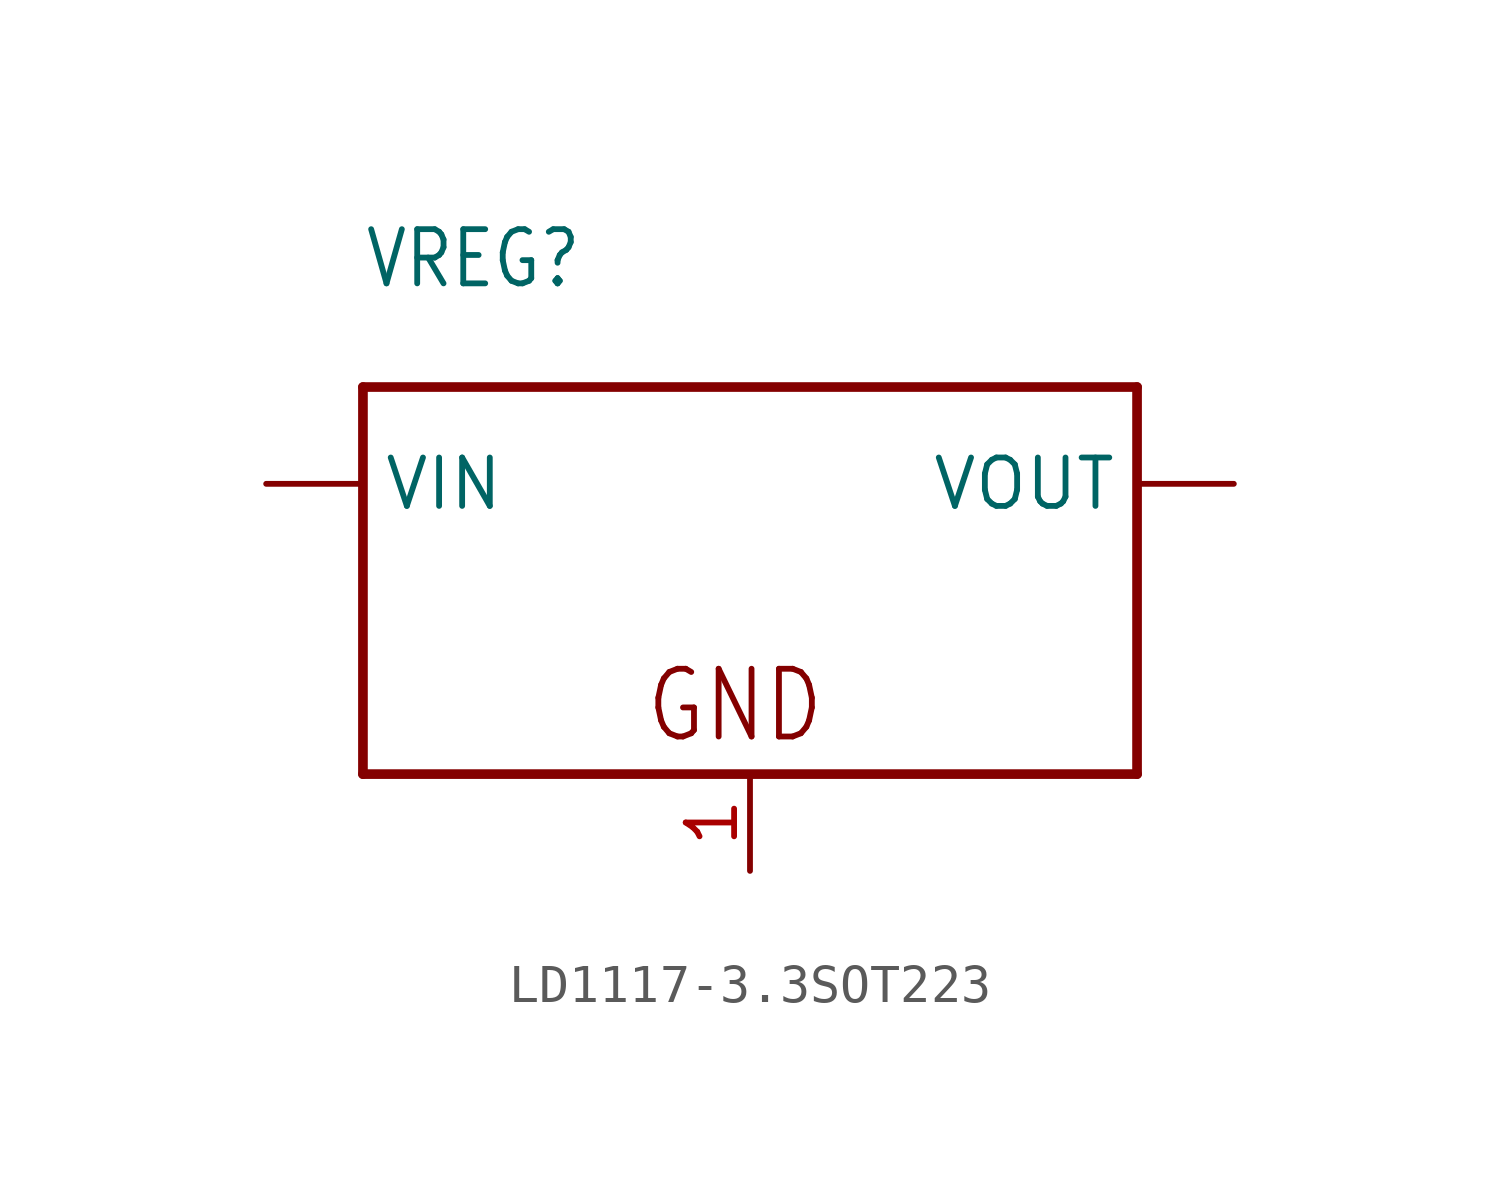
<source format=kicad_sym>
(kicad_symbol_lib
  (version 20220914)
  (generator kicad_symbol_editor)
  (symbol "LD1117-3.3SOT223"
    (property "Reference" "VREG"
      (at -10.16 12.7 0)
      (effects (font (size 1.422 1.209)) (justify left bottom)))
    (property "Value" ""
      (at -10.16 10.16 0)
      (effects (font (size 1.422 1.209)) (justify left bottom)))
    (property "ki_locked" ""
      (at 0 0 0)
      (effects (font (size 1.27 1.27))))
    (symbol "LD1117-3.3SOT223_1_0"
      (polyline (pts (xy -10.16 0) (xy -10.16 10.16)) (stroke (width 0.254) (type solid)) (fill (type none)))
      (polyline (pts (xy -10.16 10.16) (xy 10.16 10.16)) (stroke (width 0.254) (type solid)) (fill (type none)))
      (polyline (pts (xy 10.16 0) (xy -10.16 0)) (stroke (width 0.254) (type solid)) (fill (type none)))
      (polyline (pts (xy 10.16 10.16) (xy 10.16 0)) (stroke (width 0.254) (type solid)) (fill (type none)))
      (text "GND" (at -2.794 0.762 0) (effects (font (size 1.778 1.511)) (justify left bottom)))
      (pin bidirectional line (at 0 -2.54 90) (length 2.54) (name "GND" (effects (font (size 0 0)))) (number "1" (effects (font (size 1.27 1.27)))))
      (pin bidirectional line (at 12.7 7.62 180) (length 2.54) (name "VOUT" (effects (font (size 1.27 1.27)))) (number "2" (effects (font (size 0 0)))))
      (pin bidirectional line (at -12.7 7.62 0) (length 2.54) (name "VIN" (effects (font (size 1.27 1.27)))) (number "3" (effects (font (size 0 0))))))))
</source>
